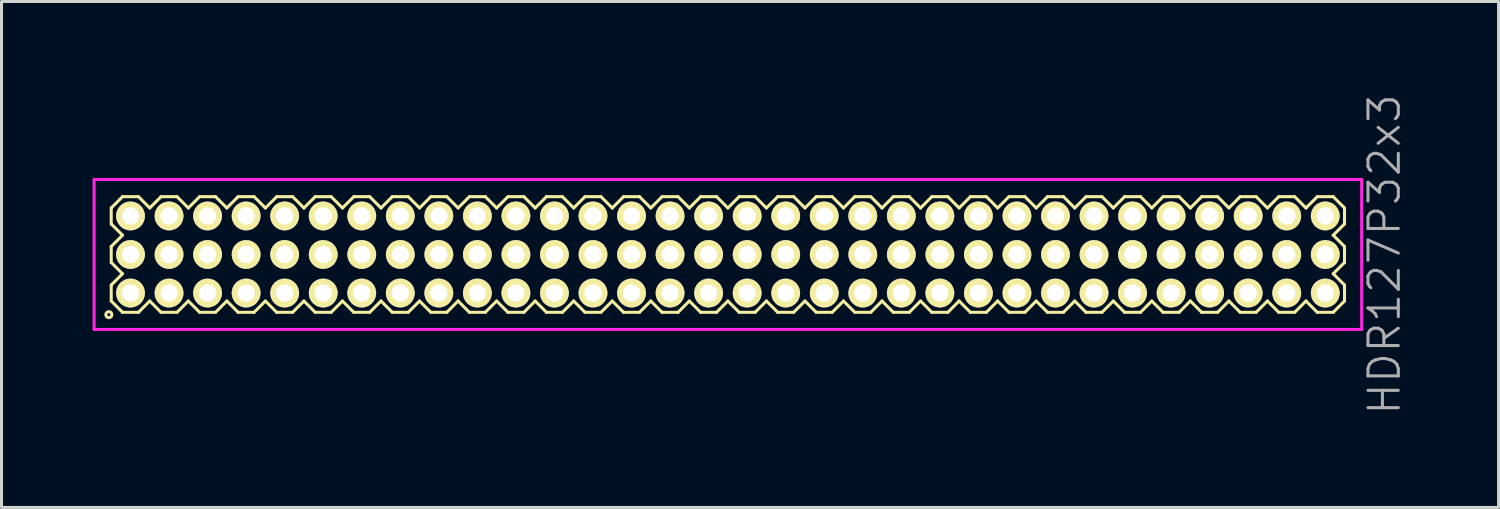
<source format=kicad_pcb>
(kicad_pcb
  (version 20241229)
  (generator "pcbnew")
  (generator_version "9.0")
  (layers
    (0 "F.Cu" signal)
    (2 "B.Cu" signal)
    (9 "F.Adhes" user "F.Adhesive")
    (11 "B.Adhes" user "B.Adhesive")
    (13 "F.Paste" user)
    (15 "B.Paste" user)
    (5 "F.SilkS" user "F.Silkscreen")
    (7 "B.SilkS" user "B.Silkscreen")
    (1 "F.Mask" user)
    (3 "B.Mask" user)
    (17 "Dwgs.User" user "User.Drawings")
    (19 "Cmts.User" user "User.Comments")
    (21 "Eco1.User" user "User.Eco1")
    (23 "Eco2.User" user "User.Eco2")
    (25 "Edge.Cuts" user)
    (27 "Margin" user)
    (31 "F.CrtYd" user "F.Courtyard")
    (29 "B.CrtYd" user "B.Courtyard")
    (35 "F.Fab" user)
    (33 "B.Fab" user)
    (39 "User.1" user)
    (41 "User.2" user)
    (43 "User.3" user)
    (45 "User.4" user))
  (footprint "HDR127P32x3"
    (layer "F.Cu")
    (at 20.935 5.336)
    (property "Reference" "HDR127P32x3" (at 21.635 0 90) (layer "F.Fab") (effects (font (size 1 1) (thickness 0.1))))
    (attr through_hole)
    (fp_line (start -20.32 -1.533) (end -19.948 -1.905) (stroke (width 0.1) (type solid)) (layer "F.SilkS"))
    (fp_line (start -20.32 -1.007) (end -20.32 -1.533) (stroke (width 0.1) (type solid)) (layer "F.SilkS"))
    (fp_line (start -20.32 -0.263) (end -19.948 -0.635) (stroke (width 0.1) (type solid)) (layer "F.SilkS"))
    (fp_line (start -20.32 0.263) (end -20.32 -0.263) (stroke (width 0.1) (type solid)) (layer "F.SilkS"))
    (fp_line (start -20.32 1.007) (end -19.948 0.635) (stroke (width 0.1) (type solid)) (layer "F.SilkS"))
    (fp_line (start -20.32 1.533) (end -20.32 1.007) (stroke (width 0.1) (type solid)) (layer "F.SilkS"))
    (fp_line (start -19.948 -1.905) (end -19.422 -1.905) (stroke (width 0.1) (type solid)) (layer "F.SilkS"))
    (fp_line (start -19.948 -0.635) (end -20.32 -1.007) (stroke (width 0.1) (type solid)) (layer "F.SilkS"))
    (fp_line (start -19.948 0.635) (end -20.32 0.263) (stroke (width 0.1) (type solid)) (layer "F.SilkS"))
    (fp_line (start -19.948 1.905) (end -20.32 1.533) (stroke (width 0.1) (type solid)) (layer "F.SilkS"))
    (fp_line (start -19.422 -1.905) (end -19.05 -1.533) (stroke (width 0.1) (type solid)) (layer "F.SilkS"))
    (fp_line (start -19.422 1.905) (end -19.948 1.905) (stroke (width 0.1) (type solid)) (layer "F.SilkS"))
    (fp_line (start -19.05 -1.533) (end -18.678 -1.905) (stroke (width 0.1) (type solid)) (layer "F.SilkS"))
    (fp_line (start -19.05 1.533) (end -19.422 1.905) (stroke (width 0.1) (type solid)) (layer "F.SilkS"))
    (fp_line (start -18.678 -1.905) (end -18.152 -1.905) (stroke (width 0.1) (type solid)) (layer "F.SilkS"))
    (fp_line (start -18.678 1.905) (end -19.05 1.533) (stroke (width 0.1) (type solid)) (layer "F.SilkS"))
    (fp_line (start -18.152 -1.905) (end -17.78 -1.533) (stroke (width 0.1) (type solid)) (layer "F.SilkS"))
    (fp_line (start -18.152 1.905) (end -18.678 1.905) (stroke (width 0.1) (type solid)) (layer "F.SilkS"))
    (fp_line (start -17.78 -1.533) (end -17.408 -1.905) (stroke (width 0.1) (type solid)) (layer "F.SilkS"))
    (fp_line (start -17.78 1.533) (end -18.152 1.905) (stroke (width 0.1) (type solid)) (layer "F.SilkS"))
    (fp_line (start -17.408 -1.905) (end -16.882 -1.905) (stroke (width 0.1) (type solid)) (layer "F.SilkS"))
    (fp_line (start -17.408 1.905) (end -17.78 1.533) (stroke (width 0.1) (type solid)) (layer "F.SilkS"))
    (fp_line (start -16.882 -1.905) (end -16.51 -1.533) (stroke (width 0.1) (type solid)) (layer "F.SilkS"))
    (fp_line (start -16.882 1.905) (end -17.408 1.905) (stroke (width 0.1) (type solid)) (layer "F.SilkS"))
    (fp_line (start -16.51 -1.533) (end -16.138 -1.905) (stroke (width 0.1) (type solid)) (layer "F.SilkS"))
    (fp_line (start -16.51 1.533) (end -16.882 1.905) (stroke (width 0.1) (type solid)) (layer "F.SilkS"))
    (fp_line (start -16.138 -1.905) (end -15.612 -1.905) (stroke (width 0.1) (type solid)) (layer "F.SilkS"))
    (fp_line (start -16.138 1.905) (end -16.51 1.533) (stroke (width 0.1) (type solid)) (layer "F.SilkS"))
    (fp_line (start -15.612 -1.905) (end -15.24 -1.533) (stroke (width 0.1) (type solid)) (layer "F.SilkS"))
    (fp_line (start -15.612 1.905) (end -16.138 1.905) (stroke (width 0.1) (type solid)) (layer "F.SilkS"))
    (fp_line (start -15.24 -1.533) (end -14.868 -1.905) (stroke (width 0.1) (type solid)) (layer "F.SilkS"))
    (fp_line (start -15.24 1.533) (end -15.612 1.905) (stroke (width 0.1) (type solid)) (layer "F.SilkS"))
    (fp_line (start -14.868 -1.905) (end -14.342 -1.905) (stroke (width 0.1) (type solid)) (layer "F.SilkS"))
    (fp_line (start -14.868 1.905) (end -15.24 1.533) (stroke (width 0.1) (type solid)) (layer "F.SilkS"))
    (fp_line (start -14.342 -1.905) (end -13.97 -1.533) (stroke (width 0.1) (type solid)) (layer "F.SilkS"))
    (fp_line (start -14.342 1.905) (end -14.868 1.905) (stroke (width 0.1) (type solid)) (layer "F.SilkS"))
    (fp_line (start -13.97 -1.533) (end -13.598 -1.905) (stroke (width 0.1) (type solid)) (layer "F.SilkS"))
    (fp_line (start -13.97 1.533) (end -14.342 1.905) (stroke (width 0.1) (type solid)) (layer "F.SilkS"))
    (fp_line (start -13.598 -1.905) (end -13.072 -1.905) (stroke (width 0.1) (type solid)) (layer "F.SilkS"))
    (fp_line (start -13.598 1.905) (end -13.97 1.533) (stroke (width 0.1) (type solid)) (layer "F.SilkS"))
    (fp_line (start -13.072 -1.905) (end -12.7 -1.533) (stroke (width 0.1) (type solid)) (layer "F.SilkS"))
    (fp_line (start -13.072 1.905) (end -13.598 1.905) (stroke (width 0.1) (type solid)) (layer "F.SilkS"))
    (fp_line (start -12.7 -1.533) (end -12.328 -1.905) (stroke (width 0.1) (type solid)) (layer "F.SilkS"))
    (fp_line (start -12.7 1.533) (end -13.072 1.905) (stroke (width 0.1) (type solid)) (layer "F.SilkS"))
    (fp_line (start -12.328 -1.905) (end -11.802 -1.905) (stroke (width 0.1) (type solid)) (layer "F.SilkS"))
    (fp_line (start -12.328 1.905) (end -12.7 1.533) (stroke (width 0.1) (type solid)) (layer "F.SilkS"))
    (fp_line (start -11.802 -1.905) (end -11.43 -1.533) (stroke (width 0.1) (type solid)) (layer "F.SilkS"))
    (fp_line (start -11.802 1.905) (end -12.328 1.905) (stroke (width 0.1) (type solid)) (layer "F.SilkS"))
    (fp_line (start -11.43 -1.533) (end -11.058 -1.905) (stroke (width 0.1) (type solid)) (layer "F.SilkS"))
    (fp_line (start -11.43 1.533) (end -11.802 1.905) (stroke (width 0.1) (type solid)) (layer "F.SilkS"))
    (fp_line (start -11.058 -1.905) (end -10.532 -1.905) (stroke (width 0.1) (type solid)) (layer "F.SilkS"))
    (fp_line (start -11.058 1.905) (end -11.43 1.533) (stroke (width 0.1) (type solid)) (layer "F.SilkS"))
    (fp_line (start -10.532 -1.905) (end -10.16 -1.533) (stroke (width 0.1) (type solid)) (layer "F.SilkS"))
    (fp_line (start -10.532 1.905) (end -11.058 1.905) (stroke (width 0.1) (type solid)) (layer "F.SilkS"))
    (fp_line (start -10.16 -1.533) (end -9.788 -1.905) (stroke (width 0.1) (type solid)) (layer "F.SilkS"))
    (fp_line (start -10.16 1.533) (end -10.532 1.905) (stroke (width 0.1) (type solid)) (layer "F.SilkS"))
    (fp_line (start -9.788 -1.905) (end -9.262 -1.905) (stroke (width 0.1) (type solid)) (layer "F.SilkS"))
    (fp_line (start -9.788 1.905) (end -10.16 1.533) (stroke (width 0.1) (type solid)) (layer "F.SilkS"))
    (fp_line (start -9.262 -1.905) (end -8.89 -1.533) (stroke (width 0.1) (type solid)) (layer "F.SilkS"))
    (fp_line (start -9.262 1.905) (end -9.788 1.905) (stroke (width 0.1) (type solid)) (layer "F.SilkS"))
    (fp_line (start -8.89 -1.533) (end -8.518 -1.905) (stroke (width 0.1) (type solid)) (layer "F.SilkS"))
    (fp_line (start -8.89 1.533) (end -9.262 1.905) (stroke (width 0.1) (type solid)) (layer "F.SilkS"))
    (fp_line (start -8.518 -1.905) (end -7.992 -1.905) (stroke (width 0.1) (type solid)) (layer "F.SilkS"))
    (fp_line (start -8.518 1.905) (end -8.89 1.533) (stroke (width 0.1) (type solid)) (layer "F.SilkS"))
    (fp_line (start -7.992 -1.905) (end -7.62 -1.533) (stroke (width 0.1) (type solid)) (layer "F.SilkS"))
    (fp_line (start -7.992 1.905) (end -8.518 1.905) (stroke (width 0.1) (type solid)) (layer "F.SilkS"))
    (fp_line (start -7.62 -1.533) (end -7.248 -1.905) (stroke (width 0.1) (type solid)) (layer "F.SilkS"))
    (fp_line (start -7.62 1.533) (end -7.992 1.905) (stroke (width 0.1) (type solid)) (layer "F.SilkS"))
    (fp_line (start -7.248 -1.905) (end -6.722 -1.905) (stroke (width 0.1) (type solid)) (layer "F.SilkS"))
    (fp_line (start -7.248 1.905) (end -7.62 1.533) (stroke (width 0.1) (type solid)) (layer "F.SilkS"))
    (fp_line (start -6.722 -1.905) (end -6.35 -1.533) (stroke (width 0.1) (type solid)) (layer "F.SilkS"))
    (fp_line (start -6.722 1.905) (end -7.248 1.905) (stroke (width 0.1) (type solid)) (layer "F.SilkS"))
    (fp_line (start -6.35 -1.533) (end -5.978 -1.905) (stroke (width 0.1) (type solid)) (layer "F.SilkS"))
    (fp_line (start -6.35 1.533) (end -6.722 1.905) (stroke (width 0.1) (type solid)) (layer "F.SilkS"))
    (fp_line (start -5.978 -1.905) (end -5.452 -1.905) (stroke (width 0.1) (type solid)) (layer "F.SilkS"))
    (fp_line (start -5.978 1.905) (end -6.35 1.533) (stroke (width 0.1) (type solid)) (layer "F.SilkS"))
    (fp_line (start -5.452 -1.905) (end -5.08 -1.533) (stroke (width 0.1) (type solid)) (layer "F.SilkS"))
    (fp_line (start -5.452 1.905) (end -5.978 1.905) (stroke (width 0.1) (type solid)) (layer "F.SilkS"))
    (fp_line (start -5.08 -1.533) (end -4.708 -1.905) (stroke (width 0.1) (type solid)) (layer "F.SilkS"))
    (fp_line (start -5.08 1.533) (end -5.452 1.905) (stroke (width 0.1) (type solid)) (layer "F.SilkS"))
    (fp_line (start -4.708 -1.905) (end -4.182 -1.905) (stroke (width 0.1) (type solid)) (layer "F.SilkS"))
    (fp_line (start -4.708 1.905) (end -5.08 1.533) (stroke (width 0.1) (type solid)) (layer "F.SilkS"))
    (fp_line (start -4.182 -1.905) (end -3.81 -1.533) (stroke (width 0.1) (type solid)) (layer "F.SilkS"))
    (fp_line (start -4.182 1.905) (end -4.708 1.905) (stroke (width 0.1) (type solid)) (layer "F.SilkS"))
    (fp_line (start -3.81 -1.533) (end -3.438 -1.905) (stroke (width 0.1) (type solid)) (layer "F.SilkS"))
    (fp_line (start -3.81 1.533) (end -4.182 1.905) (stroke (width 0.1) (type solid)) (layer "F.SilkS"))
    (fp_line (start -3.438 -1.905) (end -2.912 -1.905) (stroke (width 0.1) (type solid)) (layer "F.SilkS"))
    (fp_line (start -3.438 1.905) (end -3.81 1.533) (stroke (width 0.1) (type solid)) (layer "F.SilkS"))
    (fp_line (start -2.912 -1.905) (end -2.54 -1.533) (stroke (width 0.1) (type solid)) (layer "F.SilkS"))
    (fp_line (start -2.912 1.905) (end -3.438 1.905) (stroke (width 0.1) (type solid)) (layer "F.SilkS"))
    (fp_line (start -2.54 -1.533) (end -2.168 -1.905) (stroke (width 0.1) (type solid)) (layer "F.SilkS"))
    (fp_line (start -2.54 1.533) (end -2.912 1.905) (stroke (width 0.1) (type solid)) (layer "F.SilkS"))
    (fp_line (start -2.168 -1.905) (end -1.642 -1.905) (stroke (width 0.1) (type solid)) (layer "F.SilkS"))
    (fp_line (start -2.168 1.905) (end -2.54 1.533) (stroke (width 0.1) (type solid)) (layer "F.SilkS"))
    (fp_line (start -1.642 -1.905) (end -1.27 -1.533) (stroke (width 0.1) (type solid)) (layer "F.SilkS"))
    (fp_line (start -1.642 1.905) (end -2.168 1.905) (stroke (width 0.1) (type solid)) (layer "F.SilkS"))
    (fp_line (start -1.27 -1.533) (end -0.898 -1.905) (stroke (width 0.1) (type solid)) (layer "F.SilkS"))
    (fp_line (start -1.27 1.533) (end -1.642 1.905) (stroke (width 0.1) (type solid)) (layer "F.SilkS"))
    (fp_line (start -0.898 -1.905) (end -0.372 -1.905) (stroke (width 0.1) (type solid)) (layer "F.SilkS"))
    (fp_line (start -0.898 1.905) (end -1.27 1.533) (stroke (width 0.1) (type solid)) (layer "F.SilkS"))
    (fp_line (start -0.372 -1.905) (end 0 -1.533) (stroke (width 0.1) (type solid)) (layer "F.SilkS"))
    (fp_line (start -0.372 1.905) (end -0.898 1.905) (stroke (width 0.1) (type solid)) (layer "F.SilkS"))
    (fp_line (start 0 -1.533) (end 0.372 -1.905) (stroke (width 0.1) (type solid)) (layer "F.SilkS"))
    (fp_line (start 0 1.533) (end -0.372 1.905) (stroke (width 0.1) (type solid)) (layer "F.SilkS"))
    (fp_line (start 0.372 -1.905) (end 0.898 -1.905) (stroke (width 0.1) (type solid)) (layer "F.SilkS"))
    (fp_line (start 0.372 1.905) (end 0 1.533) (stroke (width 0.1) (type solid)) (layer "F.SilkS"))
    (fp_line (start 0.898 -1.905) (end 1.27 -1.533) (stroke (width 0.1) (type solid)) (layer "F.SilkS"))
    (fp_line (start 0.898 1.905) (end 0.372 1.905) (stroke (width 0.1) (type solid)) (layer "F.SilkS"))
    (fp_line (start 1.27 -1.533) (end 1.642 -1.905) (stroke (width 0.1) (type solid)) (layer "F.SilkS"))
    (fp_line (start 1.27 1.533) (end 0.898 1.905) (stroke (width 0.1) (type solid)) (layer "F.SilkS"))
    (fp_line (start 1.642 -1.905) (end 2.168 -1.905) (stroke (width 0.1) (type solid)) (layer "F.SilkS"))
    (fp_line (start 1.642 1.905) (end 1.27 1.533) (stroke (width 0.1) (type solid)) (layer "F.SilkS"))
    (fp_line (start 2.168 -1.905) (end 2.54 -1.533) (stroke (width 0.1) (type solid)) (layer "F.SilkS"))
    (fp_line (start 2.168 1.905) (end 1.642 1.905) (stroke (width 0.1) (type solid)) (layer "F.SilkS"))
    (fp_line (start 2.54 -1.533) (end 2.912 -1.905) (stroke (width 0.1) (type solid)) (layer "F.SilkS"))
    (fp_line (start 2.54 1.533) (end 2.168 1.905) (stroke (width 0.1) (type solid)) (layer "F.SilkS"))
    (fp_line (start 2.912 -1.905) (end 3.438 -1.905) (stroke (width 0.1) (type solid)) (layer "F.SilkS"))
    (fp_line (start 2.912 1.905) (end 2.54 1.533) (stroke (width 0.1) (type solid)) (layer "F.SilkS"))
    (fp_line (start 3.438 -1.905) (end 3.81 -1.533) (stroke (width 0.1) (type solid)) (layer "F.SilkS"))
    (fp_line (start 3.438 1.905) (end 2.912 1.905) (stroke (width 0.1) (type solid)) (layer "F.SilkS"))
    (fp_line (start 3.81 -1.533) (end 4.182 -1.905) (stroke (width 0.1) (type solid)) (layer "F.SilkS"))
    (fp_line (start 3.81 1.533) (end 3.438 1.905) (stroke (width 0.1) (type solid)) (layer "F.SilkS"))
    (fp_line (start 4.182 -1.905) (end 4.708 -1.905) (stroke (width 0.1) (type solid)) (layer "F.SilkS"))
    (fp_line (start 4.182 1.905) (end 3.81 1.533) (stroke (width 0.1) (type solid)) (layer "F.SilkS"))
    (fp_line (start 4.708 -1.905) (end 5.08 -1.533) (stroke (width 0.1) (type solid)) (layer "F.SilkS"))
    (fp_line (start 4.708 1.905) (end 4.182 1.905) (stroke (width 0.1) (type solid)) (layer "F.SilkS"))
    (fp_line (start 5.08 -1.533) (end 5.452 -1.905) (stroke (width 0.1) (type solid)) (layer "F.SilkS"))
    (fp_line (start 5.08 1.533) (end 4.708 1.905) (stroke (width 0.1) (type solid)) (layer "F.SilkS"))
    (fp_line (start 5.452 -1.905) (end 5.978 -1.905) (stroke (width 0.1) (type solid)) (layer "F.SilkS"))
    (fp_line (start 5.452 1.905) (end 5.08 1.533) (stroke (width 0.1) (type solid)) (layer "F.SilkS"))
    (fp_line (start 5.978 -1.905) (end 6.35 -1.533) (stroke (width 0.1) (type solid)) (layer "F.SilkS"))
    (fp_line (start 5.978 1.905) (end 5.452 1.905) (stroke (width 0.1) (type solid)) (layer "F.SilkS"))
    (fp_line (start 6.35 -1.533) (end 6.722 -1.905) (stroke (width 0.1) (type solid)) (layer "F.SilkS"))
    (fp_line (start 6.35 1.533) (end 5.978 1.905) (stroke (width 0.1) (type solid)) (layer "F.SilkS"))
    (fp_line (start 6.722 -1.905) (end 7.248 -1.905) (stroke (width 0.1) (type solid)) (layer "F.SilkS"))
    (fp_line (start 6.722 1.905) (end 6.35 1.533) (stroke (width 0.1) (type solid)) (layer "F.SilkS"))
    (fp_line (start 7.248 -1.905) (end 7.62 -1.533) (stroke (width 0.1) (type solid)) (layer "F.SilkS"))
    (fp_line (start 7.248 1.905) (end 6.722 1.905) (stroke (width 0.1) (type solid)) (layer "F.SilkS"))
    (fp_line (start 7.62 -1.533) (end 7.992 -1.905) (stroke (width 0.1) (type solid)) (layer "F.SilkS"))
    (fp_line (start 7.62 1.533) (end 7.248 1.905) (stroke (width 0.1) (type solid)) (layer "F.SilkS"))
    (fp_line (start 7.992 -1.905) (end 8.518 -1.905) (stroke (width 0.1) (type solid)) (layer "F.SilkS"))
    (fp_line (start 7.992 1.905) (end 7.62 1.533) (stroke (width 0.1) (type solid)) (layer "F.SilkS"))
    (fp_line (start 8.518 -1.905) (end 8.89 -1.533) (stroke (width 0.1) (type solid)) (layer "F.SilkS"))
    (fp_line (start 8.518 1.905) (end 7.992 1.905) (stroke (width 0.1) (type solid)) (layer "F.SilkS"))
    (fp_line (start 8.89 -1.533) (end 9.262 -1.905) (stroke (width 0.1) (type solid)) (layer "F.SilkS"))
    (fp_line (start 8.89 1.533) (end 8.518 1.905) (stroke (width 0.1) (type solid)) (layer "F.SilkS"))
    (fp_line (start 9.262 -1.905) (end 9.788 -1.905) (stroke (width 0.1) (type solid)) (layer "F.SilkS"))
    (fp_line (start 9.262 1.905) (end 8.89 1.533) (stroke (width 0.1) (type solid)) (layer "F.SilkS"))
    (fp_line (start 9.788 -1.905) (end 10.16 -1.533) (stroke (width 0.1) (type solid)) (layer "F.SilkS"))
    (fp_line (start 9.788 1.905) (end 9.262 1.905) (stroke (width 0.1) (type solid)) (layer "F.SilkS"))
    (fp_line (start 10.16 -1.533) (end 10.532 -1.905) (stroke (width 0.1) (type solid)) (layer "F.SilkS"))
    (fp_line (start 10.16 1.533) (end 9.788 1.905) (stroke (width 0.1) (type solid)) (layer "F.SilkS"))
    (fp_line (start 10.532 -1.905) (end 11.058 -1.905) (stroke (width 0.1) (type solid)) (layer "F.SilkS"))
    (fp_line (start 10.532 1.905) (end 10.16 1.533) (stroke (width 0.1) (type solid)) (layer "F.SilkS"))
    (fp_line (start 11.058 -1.905) (end 11.43 -1.533) (stroke (width 0.1) (type solid)) (layer "F.SilkS"))
    (fp_line (start 11.058 1.905) (end 10.532 1.905) (stroke (width 0.1) (type solid)) (layer "F.SilkS"))
    (fp_line (start 11.43 -1.533) (end 11.802 -1.905) (stroke (width 0.1) (type solid)) (layer "F.SilkS"))
    (fp_line (start 11.43 1.533) (end 11.058 1.905) (stroke (width 0.1) (type solid)) (layer "F.SilkS"))
    (fp_line (start 11.802 -1.905) (end 12.328 -1.905) (stroke (width 0.1) (type solid)) (layer "F.SilkS"))
    (fp_line (start 11.802 1.905) (end 11.43 1.533) (stroke (width 0.1) (type solid)) (layer "F.SilkS"))
    (fp_line (start 12.328 -1.905) (end 12.7 -1.533) (stroke (width 0.1) (type solid)) (layer "F.SilkS"))
    (fp_line (start 12.328 1.905) (end 11.802 1.905) (stroke (width 0.1) (type solid)) (layer "F.SilkS"))
    (fp_line (start 12.7 -1.533) (end 13.072 -1.905) (stroke (width 0.1) (type solid)) (layer "F.SilkS"))
    (fp_line (start 12.7 1.533) (end 12.328 1.905) (stroke (width 0.1) (type solid)) (layer "F.SilkS"))
    (fp_line (start 13.072 -1.905) (end 13.598 -1.905) (stroke (width 0.1) (type solid)) (layer "F.SilkS"))
    (fp_line (start 13.072 1.905) (end 12.7 1.533) (stroke (width 0.1) (type solid)) (layer "F.SilkS"))
    (fp_line (start 13.598 -1.905) (end 13.97 -1.533) (stroke (width 0.1) (type solid)) (layer "F.SilkS"))
    (fp_line (start 13.598 1.905) (end 13.072 1.905) (stroke (width 0.1) (type solid)) (layer "F.SilkS"))
    (fp_line (start 13.97 -1.533) (end 14.342 -1.905) (stroke (width 0.1) (type solid)) (layer "F.SilkS"))
    (fp_line (start 13.97 1.533) (end 13.598 1.905) (stroke (width 0.1) (type solid)) (layer "F.SilkS"))
    (fp_line (start 14.342 -1.905) (end 14.868 -1.905) (stroke (width 0.1) (type solid)) (layer "F.SilkS"))
    (fp_line (start 14.342 1.905) (end 13.97 1.533) (stroke (width 0.1) (type solid)) (layer "F.SilkS"))
    (fp_line (start 14.868 -1.905) (end 15.24 -1.533) (stroke (width 0.1) (type solid)) (layer "F.SilkS"))
    (fp_line (start 14.868 1.905) (end 14.342 1.905) (stroke (width 0.1) (type solid)) (layer "F.SilkS"))
    (fp_line (start 15.24 -1.533) (end 15.612 -1.905) (stroke (width 0.1) (type solid)) (layer "F.SilkS"))
    (fp_line (start 15.24 1.533) (end 14.868 1.905) (stroke (width 0.1) (type solid)) (layer "F.SilkS"))
    (fp_line (start 15.612 -1.905) (end 16.138 -1.905) (stroke (width 0.1) (type solid)) (layer "F.SilkS"))
    (fp_line (start 15.612 1.905) (end 15.24 1.533) (stroke (width 0.1) (type solid)) (layer "F.SilkS"))
    (fp_line (start 16.138 -1.905) (end 16.51 -1.533) (stroke (width 0.1) (type solid)) (layer "F.SilkS"))
    (fp_line (start 16.138 1.905) (end 15.612 1.905) (stroke (width 0.1) (type solid)) (layer "F.SilkS"))
    (fp_line (start 16.51 -1.533) (end 16.882 -1.905) (stroke (width 0.1) (type solid)) (layer "F.SilkS"))
    (fp_line (start 16.51 1.533) (end 16.138 1.905) (stroke (width 0.1) (type solid)) (layer "F.SilkS"))
    (fp_line (start 16.882 -1.905) (end 17.408 -1.905) (stroke (width 0.1) (type solid)) (layer "F.SilkS"))
    (fp_line (start 16.882 1.905) (end 16.51 1.533) (stroke (width 0.1) (type solid)) (layer "F.SilkS"))
    (fp_line (start 17.408 -1.905) (end 17.78 -1.533) (stroke (width 0.1) (type solid)) (layer "F.SilkS"))
    (fp_line (start 17.408 1.905) (end 16.882 1.905) (stroke (width 0.1) (type solid)) (layer "F.SilkS"))
    (fp_line (start 17.78 -1.533) (end 18.152 -1.905) (stroke (width 0.1) (type solid)) (layer "F.SilkS"))
    (fp_line (start 17.78 1.533) (end 17.408 1.905) (stroke (width 0.1) (type solid)) (layer "F.SilkS"))
    (fp_line (start 18.152 -1.905) (end 18.678 -1.905) (stroke (width 0.1) (type solid)) (layer "F.SilkS"))
    (fp_line (start 18.152 1.905) (end 17.78 1.533) (stroke (width 0.1) (type solid)) (layer "F.SilkS"))
    (fp_line (start 18.678 -1.905) (end 19.05 -1.533) (stroke (width 0.1) (type solid)) (layer "F.SilkS"))
    (fp_line (start 18.678 1.905) (end 18.152 1.905) (stroke (width 0.1) (type solid)) (layer "F.SilkS"))
    (fp_line (start 19.05 -1.533) (end 19.422 -1.905) (stroke (width 0.1) (type solid)) (layer "F.SilkS"))
    (fp_line (start 19.05 1.533) (end 18.678 1.905) (stroke (width 0.1) (type solid)) (layer "F.SilkS"))
    (fp_line (start 19.422 -1.905) (end 19.948 -1.905) (stroke (width 0.1) (type solid)) (layer "F.SilkS"))
    (fp_line (start 19.422 1.905) (end 19.05 1.533) (stroke (width 0.1) (type solid)) (layer "F.SilkS"))
    (fp_line (start 19.948 -1.905) (end 20.32 -1.533) (stroke (width 0.1) (type solid)) (layer "F.SilkS"))
    (fp_line (start 19.948 -0.635) (end 20.32 -0.263) (stroke (width 0.1) (type solid)) (layer "F.SilkS"))
    (fp_line (start 19.948 0.635) (end 20.32 1.007) (stroke (width 0.1) (type solid)) (layer "F.SilkS"))
    (fp_line (start 19.948 1.905) (end 19.422 1.905) (stroke (width 0.1) (type solid)) (layer "F.SilkS"))
    (fp_line (start 20.32 -1.533) (end 20.32 -1.007) (stroke (width 0.1) (type solid)) (layer "F.SilkS"))
    (fp_line (start 20.32 -1.007) (end 19.948 -0.635) (stroke (width 0.1) (type solid)) (layer "F.SilkS"))
    (fp_line (start 20.32 -0.263) (end 20.32 0.263) (stroke (width 0.1) (type solid)) (layer "F.SilkS"))
    (fp_line (start 20.32 0.263) (end 19.948 0.635) (stroke (width 0.1) (type solid)) (layer "F.SilkS"))
    (fp_line (start 20.32 1.007) (end 20.32 1.533) (stroke (width 0.1) (type solid)) (layer "F.SilkS"))
    (fp_line (start 20.32 1.533) (end 19.948 1.905) (stroke (width 0.1) (type solid)) (layer "F.SilkS"))
    (fp_circle (center -20.398 1.983) (end -20.298 1.983) (stroke (width 0.1) (type solid)) (fill no) (layer "F.SilkS"))
    (fp_line (start -20.885 -2.47) (end -20.885 2.47) (stroke (width 0.1) (type solid)) (layer "F.CrtYd"))
    (fp_line (start -20.885 2.47) (end 20.885 2.47) (stroke (width 0.1) (type solid)) (layer "F.CrtYd"))
    (fp_line (start 20.885 -2.47) (end -20.885 -2.47) (stroke (width 0.1) (type solid)) (layer "F.CrtYd"))
    (fp_line (start 20.885 2.47) (end 20.885 -2.47) (stroke (width 0.1) (type solid)) (layer "F.CrtYd"))
    (pad "1" thru_hole oval (at -19.685 1.27) (size 0.95 0.95) (drill 0.57) (layers "*.Cu" "*.Mask" "F.SilkS"))
    (pad "2" thru_hole oval (at -19.685 0) (size 0.95 0.95) (drill 0.57) (layers "*.Cu" "*.Mask" "F.SilkS"))
    (pad "3" thru_hole oval (at -19.685 -1.27) (size 0.95 0.95) (drill 0.57) (layers "*.Cu" "*.Mask" "F.SilkS"))
    (pad "4" thru_hole oval (at -18.415 1.27) (size 0.95 0.95) (drill 0.57) (layers "*.Cu" "*.Mask" "F.SilkS"))
    (pad "5" thru_hole oval (at -18.415 0) (size 0.95 0.95) (drill 0.57) (layers "*.Cu" "*.Mask" "F.SilkS"))
    (pad "6" thru_hole oval (at -18.415 -1.27) (size 0.95 0.95) (drill 0.57) (layers "*.Cu" "*.Mask" "F.SilkS"))
    (pad "7" thru_hole oval (at -17.145 1.27) (size 0.95 0.95) (drill 0.57) (layers "*.Cu" "*.Mask" "F.SilkS"))
    (pad "8" thru_hole oval (at -17.145 0) (size 0.95 0.95) (drill 0.57) (layers "*.Cu" "*.Mask" "F.SilkS"))
    (pad "9" thru_hole oval (at -17.145 -1.27) (size 0.95 0.95) (drill 0.57) (layers "*.Cu" "*.Mask" "F.SilkS"))
    (pad "10" thru_hole oval (at -15.875 1.27) (size 0.95 0.95) (drill 0.57) (layers "*.Cu" "*.Mask" "F.SilkS"))
    (pad "11" thru_hole oval (at -15.875 0) (size 0.95 0.95) (drill 0.57) (layers "*.Cu" "*.Mask" "F.SilkS"))
    (pad "12" thru_hole oval (at -15.875 -1.27) (size 0.95 0.95) (drill 0.57) (layers "*.Cu" "*.Mask" "F.SilkS"))
    (pad "13" thru_hole oval (at -14.605 1.27) (size 0.95 0.95) (drill 0.57) (layers "*.Cu" "*.Mask" "F.SilkS"))
    (pad "14" thru_hole oval (at -14.605 0) (size 0.95 0.95) (drill 0.57) (layers "*.Cu" "*.Mask" "F.SilkS"))
    (pad "15" thru_hole oval (at -14.605 -1.27) (size 0.95 0.95) (drill 0.57) (layers "*.Cu" "*.Mask" "F.SilkS"))
    (pad "16" thru_hole oval (at -13.335 1.27) (size 0.95 0.95) (drill 0.57) (layers "*.Cu" "*.Mask" "F.SilkS"))
    (pad "17" thru_hole oval (at -13.335 0) (size 0.95 0.95) (drill 0.57) (layers "*.Cu" "*.Mask" "F.SilkS"))
    (pad "18" thru_hole oval (at -13.335 -1.27) (size 0.95 0.95) (drill 0.57) (layers "*.Cu" "*.Mask" "F.SilkS"))
    (pad "19" thru_hole oval (at -12.065 1.27) (size 0.95 0.95) (drill 0.57) (layers "*.Cu" "*.Mask" "F.SilkS"))
    (pad "20" thru_hole oval (at -12.065 0) (size 0.95 0.95) (drill 0.57) (layers "*.Cu" "*.Mask" "F.SilkS"))
    (pad "21" thru_hole oval (at -12.065 -1.27) (size 0.95 0.95) (drill 0.57) (layers "*.Cu" "*.Mask" "F.SilkS"))
    (pad "22" thru_hole oval (at -10.795 1.27) (size 0.95 0.95) (drill 0.57) (layers "*.Cu" "*.Mask" "F.SilkS"))
    (pad "23" thru_hole oval (at -10.795 0) (size 0.95 0.95) (drill 0.57) (layers "*.Cu" "*.Mask" "F.SilkS"))
    (pad "24" thru_hole oval (at -10.795 -1.27) (size 0.95 0.95) (drill 0.57) (layers "*.Cu" "*.Mask" "F.SilkS"))
    (pad "25" thru_hole oval (at -9.525 1.27) (size 0.95 0.95) (drill 0.57) (layers "*.Cu" "*.Mask" "F.SilkS"))
    (pad "26" thru_hole oval (at -9.525 0) (size 0.95 0.95) (drill 0.57) (layers "*.Cu" "*.Mask" "F.SilkS"))
    (pad "27" thru_hole oval (at -9.525 -1.27) (size 0.95 0.95) (drill 0.57) (layers "*.Cu" "*.Mask" "F.SilkS"))
    (pad "28" thru_hole oval (at -8.255 1.27) (size 0.95 0.95) (drill 0.57) (layers "*.Cu" "*.Mask" "F.SilkS"))
    (pad "29" thru_hole oval (at -8.255 0) (size 0.95 0.95) (drill 0.57) (layers "*.Cu" "*.Mask" "F.SilkS"))
    (pad "30" thru_hole oval (at -8.255 -1.27) (size 0.95 0.95) (drill 0.57) (layers "*.Cu" "*.Mask" "F.SilkS"))
    (pad "31" thru_hole oval (at -6.985 1.27) (size 0.95 0.95) (drill 0.57) (layers "*.Cu" "*.Mask" "F.SilkS"))
    (pad "32" thru_hole oval (at -6.985 0) (size 0.95 0.95) (drill 0.57) (layers "*.Cu" "*.Mask" "F.SilkS"))
    (pad "33" thru_hole oval (at -6.985 -1.27) (size 0.95 0.95) (drill 0.57) (layers "*.Cu" "*.Mask" "F.SilkS"))
    (pad "34" thru_hole oval (at -5.715 1.27) (size 0.95 0.95) (drill 0.57) (layers "*.Cu" "*.Mask" "F.SilkS"))
    (pad "35" thru_hole oval (at -5.715 0) (size 0.95 0.95) (drill 0.57) (layers "*.Cu" "*.Mask" "F.SilkS"))
    (pad "36" thru_hole oval (at -5.715 -1.27) (size 0.95 0.95) (drill 0.57) (layers "*.Cu" "*.Mask" "F.SilkS"))
    (pad "37" thru_hole oval (at -4.445 1.27) (size 0.95 0.95) (drill 0.57) (layers "*.Cu" "*.Mask" "F.SilkS"))
    (pad "38" thru_hole oval (at -4.445 0) (size 0.95 0.95) (drill 0.57) (layers "*.Cu" "*.Mask" "F.SilkS"))
    (pad "39" thru_hole oval (at -4.445 -1.27) (size 0.95 0.95) (drill 0.57) (layers "*.Cu" "*.Mask" "F.SilkS"))
    (pad "40" thru_hole oval (at -3.175 1.27) (size 0.95 0.95) (drill 0.57) (layers "*.Cu" "*.Mask" "F.SilkS"))
    (pad "41" thru_hole oval (at -3.175 0) (size 0.95 0.95) (drill 0.57) (layers "*.Cu" "*.Mask" "F.SilkS"))
    (pad "42" thru_hole oval (at -3.175 -1.27) (size 0.95 0.95) (drill 0.57) (layers "*.Cu" "*.Mask" "F.SilkS"))
    (pad "43" thru_hole oval (at -1.905 1.27) (size 0.95 0.95) (drill 0.57) (layers "*.Cu" "*.Mask" "F.SilkS"))
    (pad "44" thru_hole oval (at -1.905 0) (size 0.95 0.95) (drill 0.57) (layers "*.Cu" "*.Mask" "F.SilkS"))
    (pad "45" thru_hole oval (at -1.905 -1.27) (size 0.95 0.95) (drill 0.57) (layers "*.Cu" "*.Mask" "F.SilkS"))
    (pad "46" thru_hole oval (at -0.635 1.27) (size 0.95 0.95) (drill 0.57) (layers "*.Cu" "*.Mask" "F.SilkS"))
    (pad "47" thru_hole oval (at -0.635 0) (size 0.95 0.95) (drill 0.57) (layers "*.Cu" "*.Mask" "F.SilkS"))
    (pad "48" thru_hole oval (at -0.635 -1.27) (size 0.95 0.95) (drill 0.57) (layers "*.Cu" "*.Mask" "F.SilkS"))
    (pad "49" thru_hole oval (at 0.635 1.27) (size 0.95 0.95) (drill 0.57) (layers "*.Cu" "*.Mask" "F.SilkS"))
    (pad "50" thru_hole oval (at 0.635 0) (size 0.95 0.95) (drill 0.57) (layers "*.Cu" "*.Mask" "F.SilkS"))
    (pad "51" thru_hole oval (at 0.635 -1.27) (size 0.95 0.95) (drill 0.57) (layers "*.Cu" "*.Mask" "F.SilkS"))
    (pad "52" thru_hole oval (at 1.905 1.27) (size 0.95 0.95) (drill 0.57) (layers "*.Cu" "*.Mask" "F.SilkS"))
    (pad "53" thru_hole oval (at 1.905 0) (size 0.95 0.95) (drill 0.57) (layers "*.Cu" "*.Mask" "F.SilkS"))
    (pad "54" thru_hole oval (at 1.905 -1.27) (size 0.95 0.95) (drill 0.57) (layers "*.Cu" "*.Mask" "F.SilkS"))
    (pad "55" thru_hole oval (at 3.175 1.27) (size 0.95 0.95) (drill 0.57) (layers "*.Cu" "*.Mask" "F.SilkS"))
    (pad "56" thru_hole oval (at 3.175 0) (size 0.95 0.95) (drill 0.57) (layers "*.Cu" "*.Mask" "F.SilkS"))
    (pad "57" thru_hole oval (at 3.175 -1.27) (size 0.95 0.95) (drill 0.57) (layers "*.Cu" "*.Mask" "F.SilkS"))
    (pad "58" thru_hole oval (at 4.445 1.27) (size 0.95 0.95) (drill 0.57) (layers "*.Cu" "*.Mask" "F.SilkS"))
    (pad "59" thru_hole oval (at 4.445 0) (size 0.95 0.95) (drill 0.57) (layers "*.Cu" "*.Mask" "F.SilkS"))
    (pad "60" thru_hole oval (at 4.445 -1.27) (size 0.95 0.95) (drill 0.57) (layers "*.Cu" "*.Mask" "F.SilkS"))
    (pad "61" thru_hole oval (at 5.715 1.27) (size 0.95 0.95) (drill 0.57) (layers "*.Cu" "*.Mask" "F.SilkS"))
    (pad "62" thru_hole oval (at 5.715 0) (size 0.95 0.95) (drill 0.57) (layers "*.Cu" "*.Mask" "F.SilkS"))
    (pad "63" thru_hole oval (at 5.715 -1.27) (size 0.95 0.95) (drill 0.57) (layers "*.Cu" "*.Mask" "F.SilkS"))
    (pad "64" thru_hole oval (at 6.985 1.27) (size 0.95 0.95) (drill 0.57) (layers "*.Cu" "*.Mask" "F.SilkS"))
    (pad "65" thru_hole oval (at 6.985 0) (size 0.95 0.95) (drill 0.57) (layers "*.Cu" "*.Mask" "F.SilkS"))
    (pad "66" thru_hole oval (at 6.985 -1.27) (size 0.95 0.95) (drill 0.57) (layers "*.Cu" "*.Mask" "F.SilkS"))
    (pad "67" thru_hole oval (at 8.255 1.27) (size 0.95 0.95) (drill 0.57) (layers "*.Cu" "*.Mask" "F.SilkS"))
    (pad "68" thru_hole oval (at 8.255 0) (size 0.95 0.95) (drill 0.57) (layers "*.Cu" "*.Mask" "F.SilkS"))
    (pad "69" thru_hole oval (at 8.255 -1.27) (size 0.95 0.95) (drill 0.57) (layers "*.Cu" "*.Mask" "F.SilkS"))
    (pad "70" thru_hole oval (at 9.525 1.27) (size 0.95 0.95) (drill 0.57) (layers "*.Cu" "*.Mask" "F.SilkS"))
    (pad "71" thru_hole oval (at 9.525 0) (size 0.95 0.95) (drill 0.57) (layers "*.Cu" "*.Mask" "F.SilkS"))
    (pad "72" thru_hole oval (at 9.525 -1.27) (size 0.95 0.95) (drill 0.57) (layers "*.Cu" "*.Mask" "F.SilkS"))
    (pad "73" thru_hole oval (at 10.795 1.27) (size 0.95 0.95) (drill 0.57) (layers "*.Cu" "*.Mask" "F.SilkS"))
    (pad "74" thru_hole oval (at 10.795 0) (size 0.95 0.95) (drill 0.57) (layers "*.Cu" "*.Mask" "F.SilkS"))
    (pad "75" thru_hole oval (at 10.795 -1.27) (size 0.95 0.95) (drill 0.57) (layers "*.Cu" "*.Mask" "F.SilkS"))
    (pad "76" thru_hole oval (at 12.065 1.27) (size 0.95 0.95) (drill 0.57) (layers "*.Cu" "*.Mask" "F.SilkS"))
    (pad "77" thru_hole oval (at 12.065 0) (size 0.95 0.95) (drill 0.57) (layers "*.Cu" "*.Mask" "F.SilkS"))
    (pad "78" thru_hole oval (at 12.065 -1.27) (size 0.95 0.95) (drill 0.57) (layers "*.Cu" "*.Mask" "F.SilkS"))
    (pad "79" thru_hole oval (at 13.335 1.27) (size 0.95 0.95) (drill 0.57) (layers "*.Cu" "*.Mask" "F.SilkS"))
    (pad "80" thru_hole oval (at 13.335 0) (size 0.95 0.95) (drill 0.57) (layers "*.Cu" "*.Mask" "F.SilkS"))
    (pad "81" thru_hole oval (at 13.335 -1.27) (size 0.95 0.95) (drill 0.57) (layers "*.Cu" "*.Mask" "F.SilkS"))
    (pad "82" thru_hole oval (at 14.605 1.27) (size 0.95 0.95) (drill 0.57) (layers "*.Cu" "*.Mask" "F.SilkS"))
    (pad "83" thru_hole oval (at 14.605 0) (size 0.95 0.95) (drill 0.57) (layers "*.Cu" "*.Mask" "F.SilkS"))
    (pad "84" thru_hole oval (at 14.605 -1.27) (size 0.95 0.95) (drill 0.57) (layers "*.Cu" "*.Mask" "F.SilkS"))
    (pad "85" thru_hole oval (at 15.875 1.27) (size 0.95 0.95) (drill 0.57) (layers "*.Cu" "*.Mask" "F.SilkS"))
    (pad "86" thru_hole oval (at 15.875 0) (size 0.95 0.95) (drill 0.57) (layers "*.Cu" "*.Mask" "F.SilkS"))
    (pad "87" thru_hole oval (at 15.875 -1.27) (size 0.95 0.95) (drill 0.57) (layers "*.Cu" "*.Mask" "F.SilkS"))
    (pad "88" thru_hole oval (at 17.145 1.27) (size 0.95 0.95) (drill 0.57) (layers "*.Cu" "*.Mask" "F.SilkS"))
    (pad "89" thru_hole oval (at 17.145 0) (size 0.95 0.95) (drill 0.57) (layers "*.Cu" "*.Mask" "F.SilkS"))
    (pad "90" thru_hole oval (at 17.145 -1.27) (size 0.95 0.95) (drill 0.57) (layers "*.Cu" "*.Mask" "F.SilkS"))
    (pad "91" thru_hole oval (at 18.415 1.27) (size 0.95 0.95) (drill 0.57) (layers "*.Cu" "*.Mask" "F.SilkS"))
    (pad "92" thru_hole oval (at 18.415 0) (size 0.95 0.95) (drill 0.57) (layers "*.Cu" "*.Mask" "F.SilkS"))
    (pad "93" thru_hole oval (at 18.415 -1.27) (size 0.95 0.95) (drill 0.57) (layers "*.Cu" "*.Mask" "F.SilkS"))
    (pad "94" thru_hole oval (at 19.685 1.27) (size 0.95 0.95) (drill 0.57) (layers "*.Cu" "*.Mask" "F.SilkS"))
    (pad "95" thru_hole oval (at 19.685 0) (size 0.95 0.95) (drill 0.57) (layers "*.Cu" "*.Mask" "F.SilkS"))
    (pad "96" thru_hole oval (at 19.685 -1.27) (size 0.95 0.95) (drill 0.57) (layers "*.Cu" "*.Mask" "F.SilkS")))
  (gr_rect
    (start -3 -3)
    (end 46.331 13.671)
    (stroke (width 0.1) (type default))
    (fill no)
    (layer "Edge.Cuts")))
</source>
